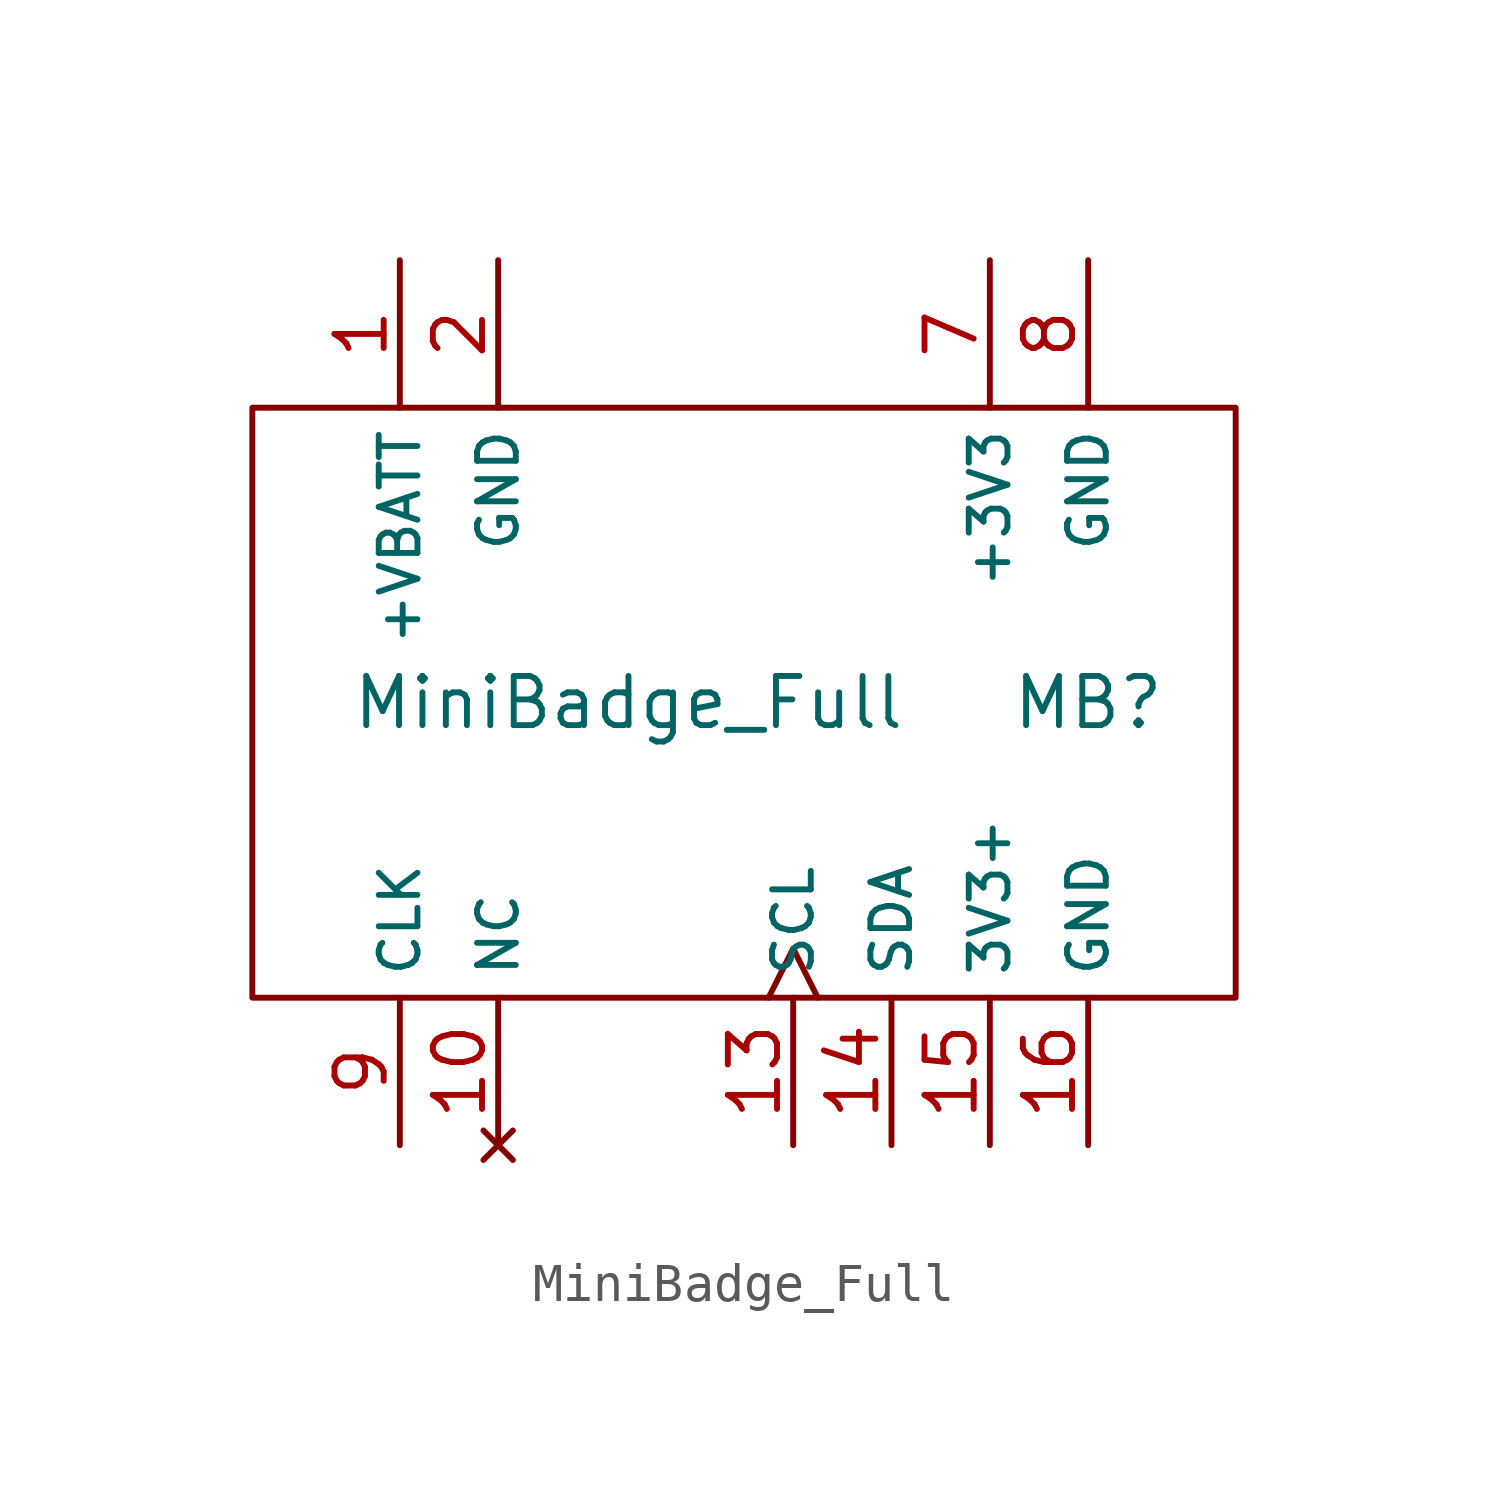
<source format=kicad_sym>
(kicad_symbol_lib
  (version 20241209)
  (generator "kicad_symbol_editor")
  (generator_version "9.0")
  (symbol "MiniBadge_Full"
    (property "Reference" "MB"
      (at 8.89 0 0)
      (effects (font (size 1.27 1.27))))
    (property "Value" "MiniBadge_Full"
      (at -10.16 0 0)
      (effects (font (size 1.27 1.27)) (justify left)))
    (symbol "MiniBadge_Full_0_1"
      (rectangle (start -12.7 7.62) (end 12.7 -7.62) (stroke (width 0) (type default)) (fill (type none))))
    (symbol "MiniBadge_Full_1_1"
      (pin power_out line (at -8.89 11.43 270) (length 3.81) (name "+VBATT" (effects (font (size 1 1)))) (number "1" (effects (font (size 1.27 1.27)))))
      (pin output line (at -8.89 -11.43 90) (length 3.81) (name "CLK" (effects (font (size 1 1)))) (number "9" (effects (font (size 1.27 1.27)))))
      (pin power_out line (at -6.35 11.43 270) (length 3.81) (name "GND" (effects (font (size 1 1)))) (number "2" (effects (font (size 1.27 1.27)))))
      (pin no_connect line (at -6.35 -11.43 90) (length 3.81) (name "NC" (effects (font (size 1 1)))) (number "10" (effects (font (size 1.27 1.27)))))
      (pin bidirectional clock (at 1.27 -11.43 90) (length 3.81) (name "SCL" (effects (font (size 1 1)))) (number "13" (effects (font (size 1.27 1.27)))))
      (pin output line (at 3.81 -11.43 90) (length 3.81) (name "SDA" (effects (font (size 1 1)))) (number "14" (effects (font (size 1.27 1.27)))))
      (pin power_out line (at 6.35 11.43 270) (length 3.81) (name "+3V3" (effects (font (size 1 1)))) (number "7" (effects (font (size 1.27 1.27)))))
      (pin power_out line (at 6.35 -11.43 90) (length 3.81) (name "3V3+" (effects (font (size 1 1)))) (number "15" (effects (font (size 1.27 1.27)))))
      (pin power_out line (at 8.89 11.43 270) (length 3.81) (name "GND" (effects (font (size 1 1)))) (number "8" (effects (font (size 1.27 1.27)))))
      (pin power_out line (at 8.89 -11.43 90) (length 3.81) (name "GND" (effects (font (size 1 1)))) (number "16" (effects (font (size 1.27 1.27))))))))
</source>
